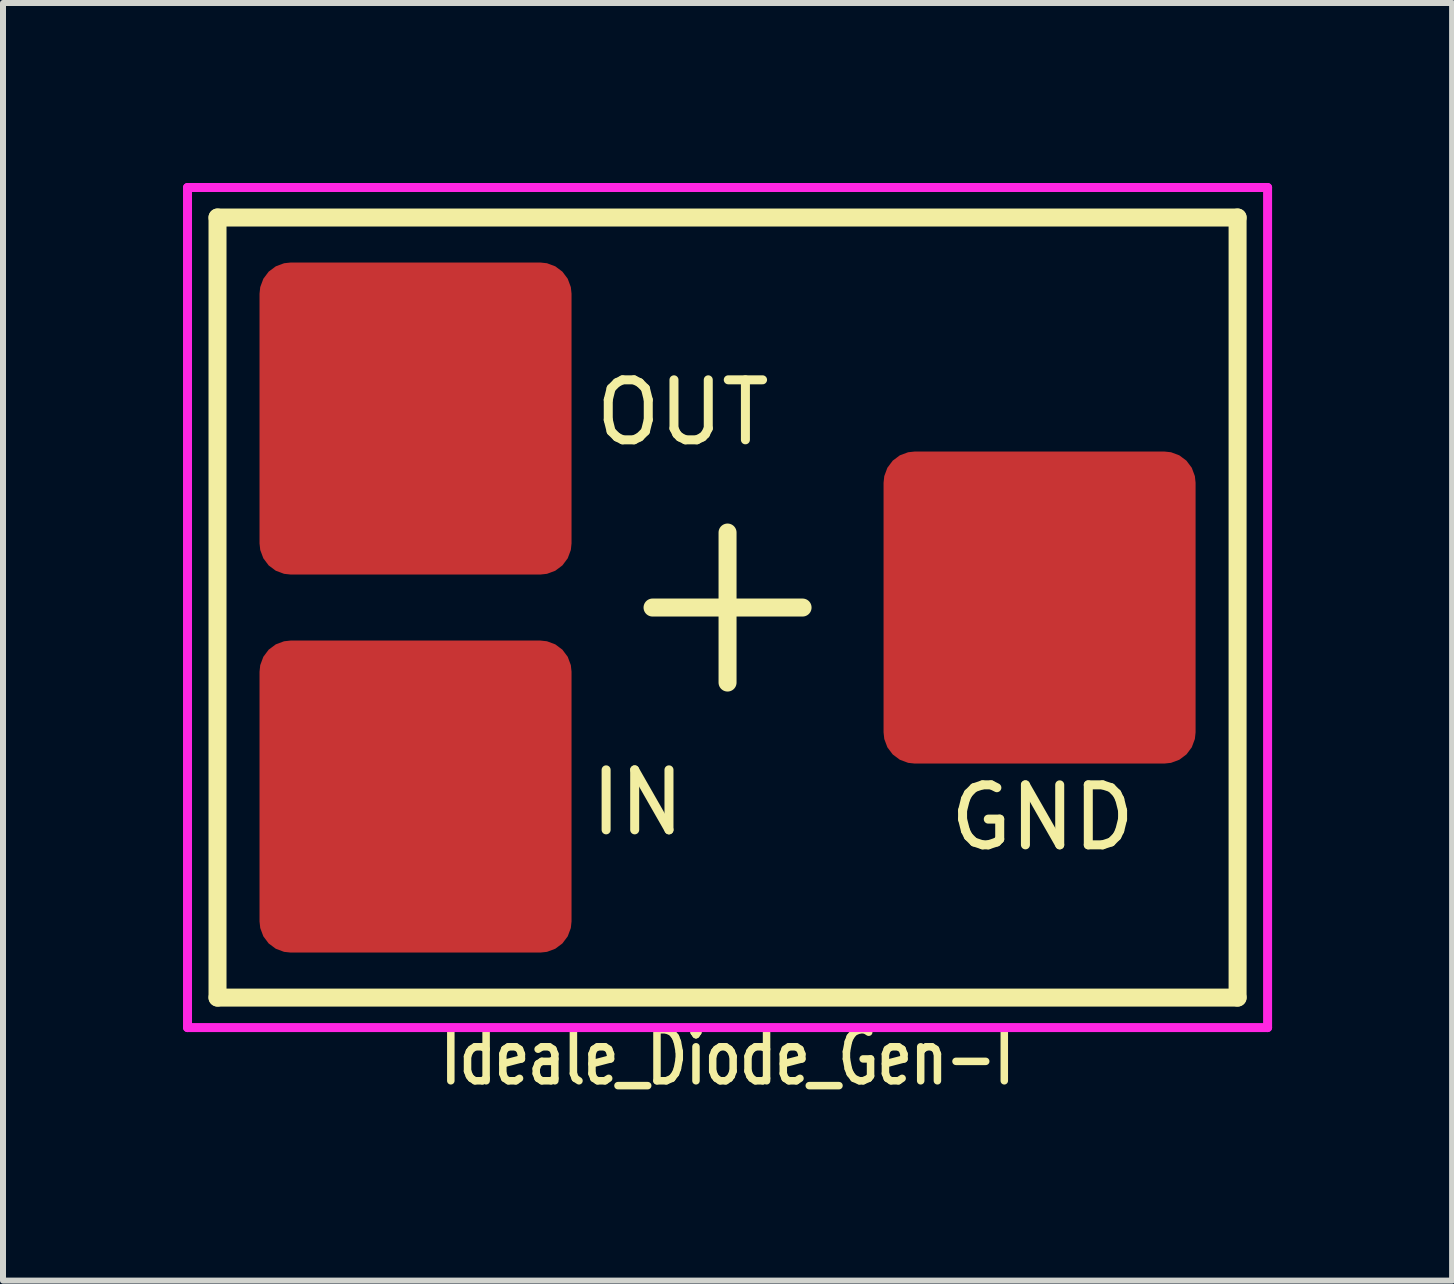
<source format=kicad_pcb>
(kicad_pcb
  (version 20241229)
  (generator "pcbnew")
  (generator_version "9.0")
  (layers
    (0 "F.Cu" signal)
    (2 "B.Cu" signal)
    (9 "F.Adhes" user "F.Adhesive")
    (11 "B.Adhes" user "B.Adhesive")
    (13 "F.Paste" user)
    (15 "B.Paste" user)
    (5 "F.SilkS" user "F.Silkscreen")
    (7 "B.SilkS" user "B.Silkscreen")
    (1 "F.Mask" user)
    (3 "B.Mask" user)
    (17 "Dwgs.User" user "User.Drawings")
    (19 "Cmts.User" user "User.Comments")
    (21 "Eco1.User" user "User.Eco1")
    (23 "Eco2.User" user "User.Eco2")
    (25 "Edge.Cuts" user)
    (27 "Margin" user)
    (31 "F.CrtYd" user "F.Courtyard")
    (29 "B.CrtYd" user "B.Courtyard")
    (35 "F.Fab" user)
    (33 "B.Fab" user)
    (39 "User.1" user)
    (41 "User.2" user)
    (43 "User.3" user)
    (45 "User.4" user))
  (footprint "Ideale_Diode_Gen-I"
    (layer "F.Cu")
    (at 9.075 7.075)
    (property "Reference" "Ideale_Diode_Gen-I" (at 0 7.5 0) (layer "F.SilkS") (effects (font (size 0.85 0.65) (thickness 0.125))))
    (attr through_hole)
    (fp_line (start -8.5 -6.5) (end -8.5 6.5) (stroke (width 0.3) (type solid)) (layer "F.SilkS"))
    (fp_line (start -8.5 -6.5) (end 8.5 -6.5) (stroke (width 0.3) (type solid)) (layer "F.SilkS"))
    (fp_line (start -1.25 0) (end 1.25 0) (stroke (width 0.3) (type solid)) (layer "F.SilkS"))
    (fp_line (start 0 1.25) (end 0 -1.25) (stroke (width 0.3) (type solid)) (layer "F.SilkS"))
    (fp_line (start 8.5 -6.5) (end 8.5 6.5) (stroke (width 0.3) (type solid)) (layer "F.SilkS"))
    (fp_line (start 8.5 6.5) (end -8.5 6.5) (stroke (width 0.3) (type solid)) (layer "F.SilkS"))
    (fp_line (start -9 -7) (end 9 -7) (stroke (width 0.15) (type solid)) (layer "F.CrtYd"))
    (fp_line (start -9 7) (end -9 -7) (stroke (width 0.15) (type solid)) (layer "F.CrtYd"))
    (fp_line (start 9 -7) (end 9 7) (stroke (width 0.15) (type solid)) (layer "F.CrtYd"))
    (fp_line (start 9 7) (end -9 7) (stroke (width 0.15) (type solid)) (layer "F.CrtYd"))
    (fp_text user "IN" (at -1.5 3.25 0) (layer "F.SilkS") (effects (font (size 1 1) (thickness 0.15))))
    (fp_text user "OUT" (at -0.75 -3.25 0) (layer "F.SilkS") (effects (font (size 1 1) (thickness 0.15))))
    (fp_text user "GND" (at 5.25 3.5 0) (layer "F.SilkS") (effects (font (size 1 1) (thickness 0.15))))
    (pad "1" smd roundrect (at -5.2 3.15) (size 5.2 5.2) (layers "F.Cu" "F.Mask" "F.Paste") (roundrect_rratio 0.1))
    (pad "2" smd roundrect (at -5.2 -3.15) (size 5.2 5.2) (layers "F.Cu" "F.Mask" "F.Paste") (roundrect_rratio 0.1))
    (pad "3" smd roundrect (at 5.2 0) (size 5.2 5.2) (layers "F.Cu" "F.Mask" "F.Paste") (roundrect_rratio 0.1)))
  (gr_rect
    (start -3 -3)
    (end 21.15 18.292)
    (stroke (width 0.1) (type default))
    (fill no)
    (layer "Edge.Cuts")))
</source>
